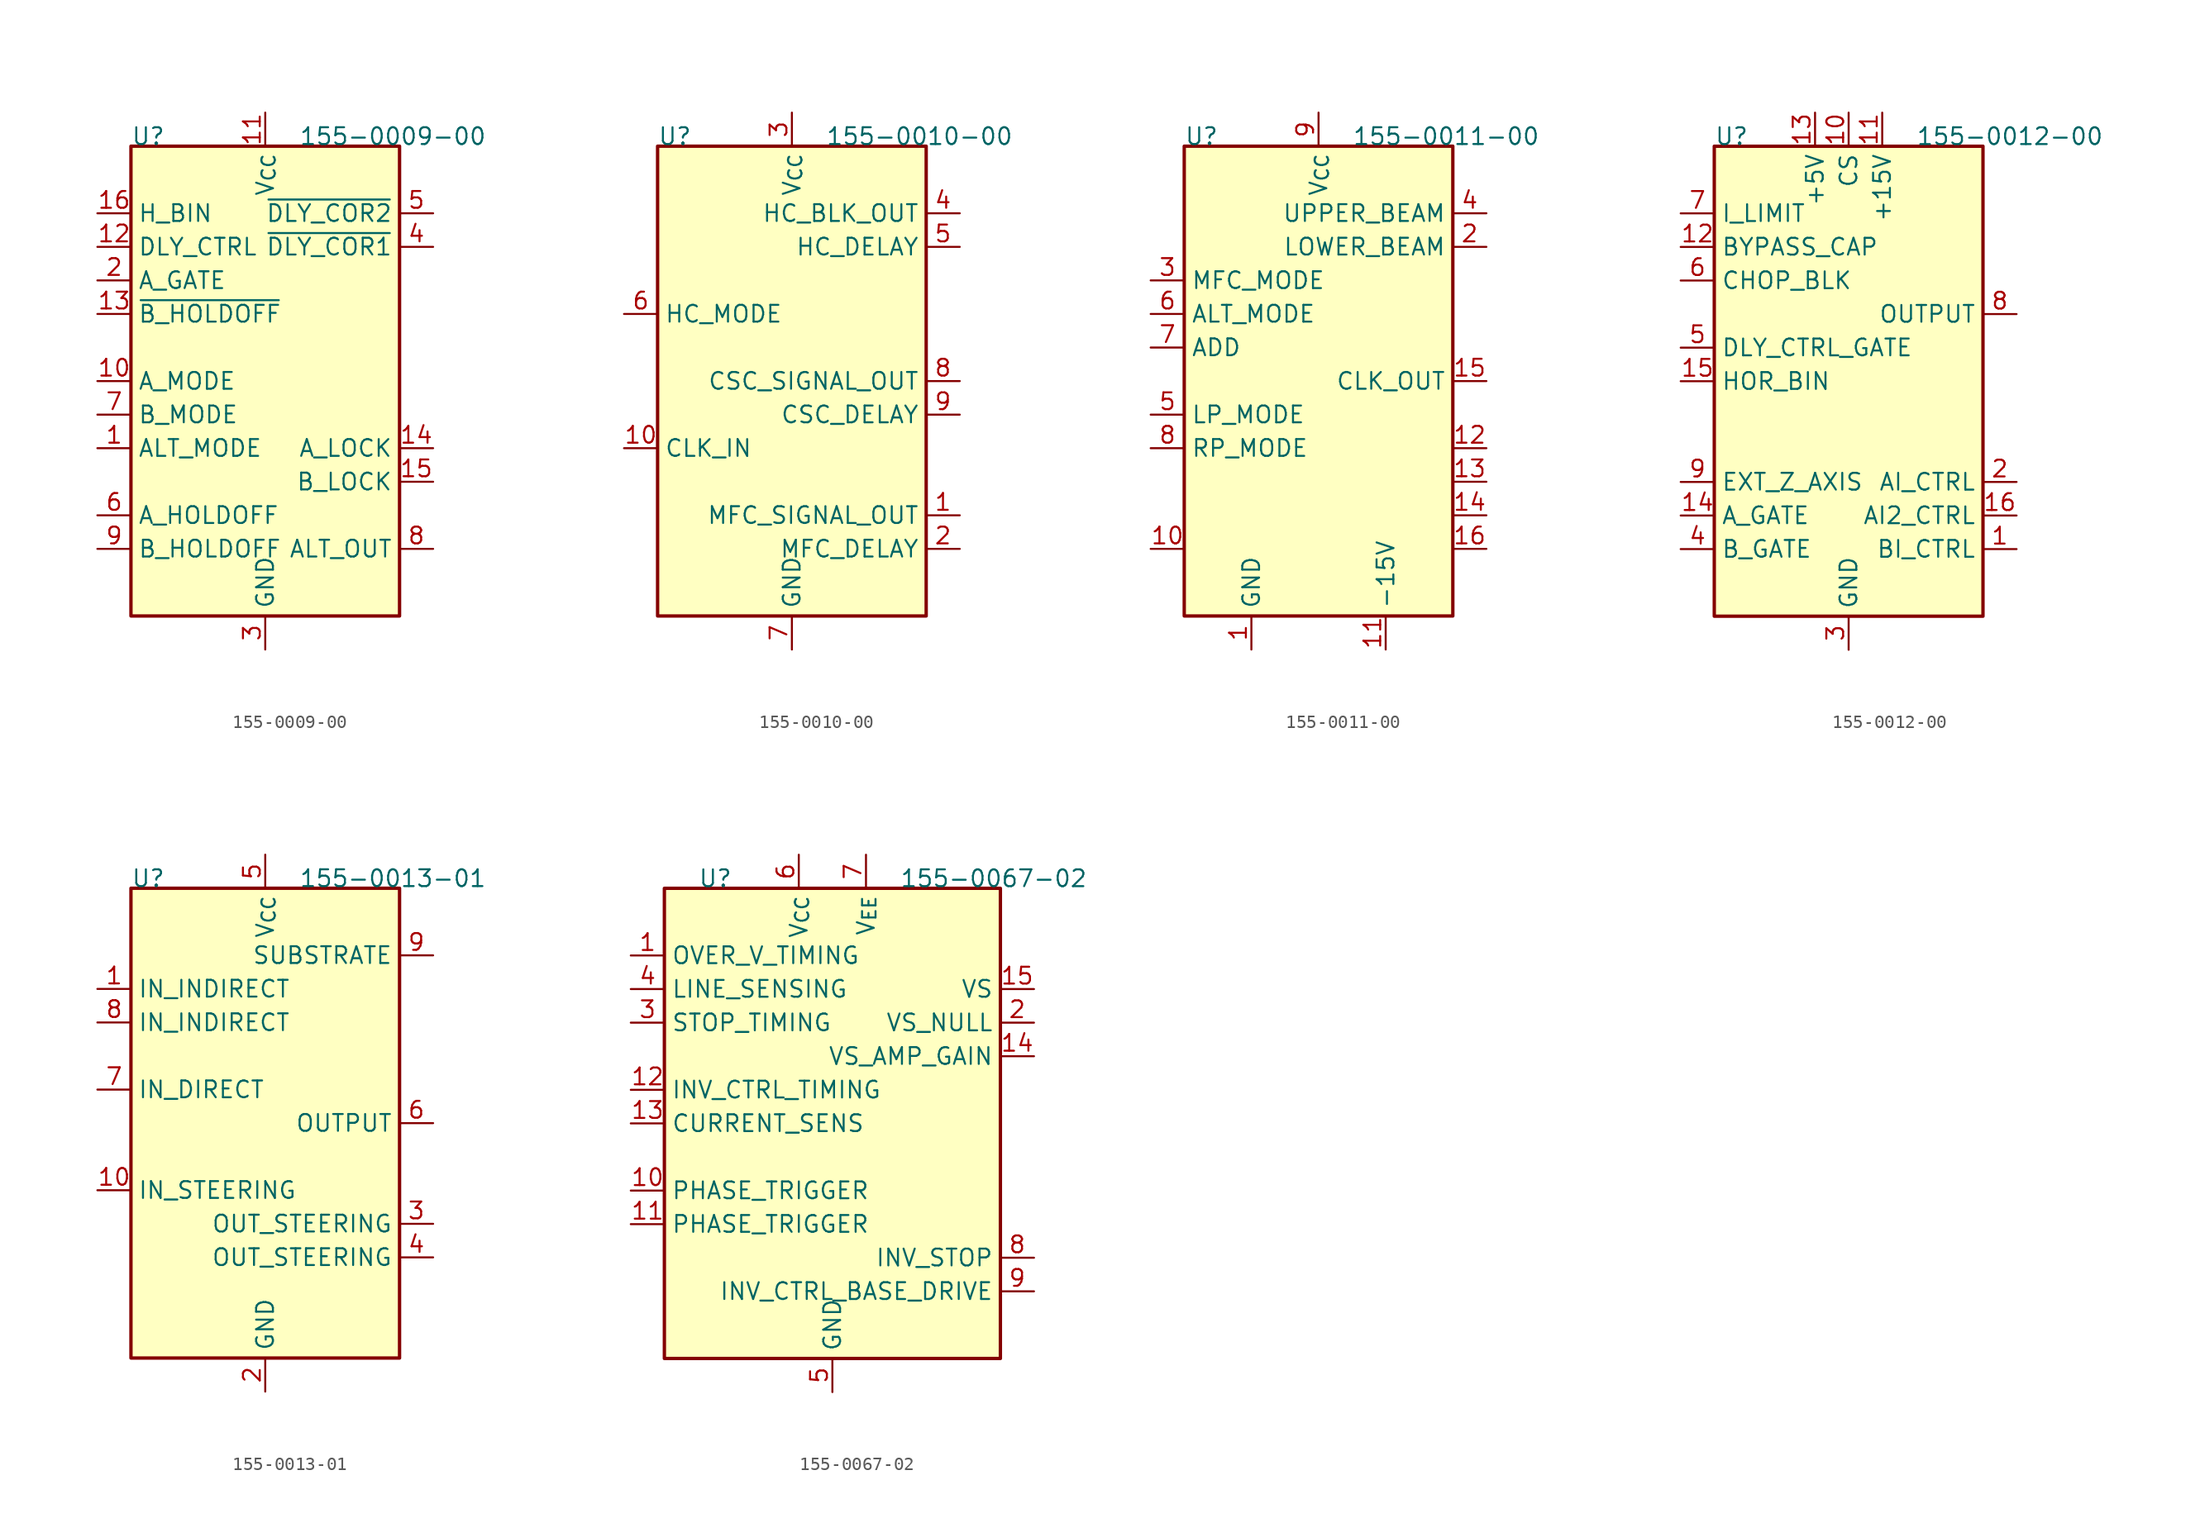
<source format=kicad_sym>
(kicad_symbol_lib
  (version 20220914)
  (generator kicad_symbol_editor)
  (symbol "155-0009-00"
    (property "Reference" "U"
      (at -10.16 17.78 0)
      (effects (font (size 1.27 1.27)) (justify left bottom)))
    (property "Value" "155-0009-00"
      (at 2.54 17.78 0)
      (effects (font (size 1.27 1.27)) (justify left bottom)))
    (symbol "155-0009-00_1_1"
      (rectangle (start -10.16 17.78) (end 10.16 -17.78) (stroke (width 0.254) (type default)) (fill (type background)))
      (pin input line (at -12.7 -5.08 0) (length 2.54) (name "ALT_MODE" (effects (font (size 1.27 1.27)))) (number "1" (effects (font (size 1.27 1.27)))))
      (pin input line (at -12.7 0 0) (length 2.54) (name "A_MODE" (effects (font (size 1.27 1.27)))) (number "10" (effects (font (size 1.27 1.27)))))
      (pin power_in line (at 0 20.32 270) (length 2.54) (name "V_{CC}" (effects (font (size 1.27 1.27)))) (number "11" (effects (font (size 1.27 1.27)))))
      (pin input line (at -12.7 10.16 0) (length 2.54) (name "DLY_CTRL" (effects (font (size 1.27 1.27)))) (number "12" (effects (font (size 1.27 1.27)))))
      (pin input line (at -12.7 5.08 0) (length 2.54) (name "~{B_HOLDOFF}" (effects (font (size 1.27 1.27)))) (number "13" (effects (font (size 1.27 1.27)))))
      (pin output line (at 12.7 -5.08 180) (length 2.54) (name "A_LOCK" (effects (font (size 1.27 1.27)))) (number "14" (effects (font (size 1.27 1.27)))))
      (pin output line (at 12.7 -7.62 180) (length 2.54) (name "B_LOCK" (effects (font (size 1.27 1.27)))) (number "15" (effects (font (size 1.27 1.27)))))
      (pin input line (at -12.7 12.7 0) (length 2.54) (name "H_BIN" (effects (font (size 1.27 1.27)))) (number "16" (effects (font (size 1.27 1.27)))))
      (pin input line (at -12.7 7.62 0) (length 2.54) (name "A_GATE" (effects (font (size 1.27 1.27)))) (number "2" (effects (font (size 1.27 1.27)))))
      (pin power_in line (at 0 -20.32 90) (length 2.54) (name "GND" (effects (font (size 1.27 1.27)))) (number "3" (effects (font (size 1.27 1.27)))))
      (pin input line (at 12.7 10.16 180) (length 2.54) (name "~{DLY_COR1}" (effects (font (size 1.27 1.27)))) (number "4" (effects (font (size 1.27 1.27)))))
      (pin input line (at 12.7 12.7 180) (length 2.54) (name "~{DLY_COR2}" (effects (font (size 1.27 1.27)))) (number "5" (effects (font (size 1.27 1.27)))))
      (pin input line (at -12.7 -10.16 0) (length 2.54) (name "A_HOLDOFF" (effects (font (size 1.27 1.27)))) (number "6" (effects (font (size 1.27 1.27)))))
      (pin input line (at -12.7 -2.54 0) (length 2.54) (name "B_MODE" (effects (font (size 1.27 1.27)))) (number "7" (effects (font (size 1.27 1.27)))))
      (pin output line (at 12.7 -12.7 180) (length 2.54) (name "ALT_OUT" (effects (font (size 1.27 1.27)))) (number "8" (effects (font (size 1.27 1.27)))))
      (pin input line (at -12.7 -12.7 0) (length 2.54) (name "B_HOLDOFF" (effects (font (size 1.27 1.27)))) (number "9" (effects (font (size 1.27 1.27)))))))
  (symbol "155-0010-00"
    (property "Reference" "U"
      (at -10.16 17.78 0)
      (effects (font (size 1.27 1.27)) (justify left bottom)))
    (property "Value" "155-0010-00"
      (at 2.54 17.78 0)
      (effects (font (size 1.27 1.27)) (justify left bottom)))
    (symbol "155-0010-00_1_1"
      (rectangle (start -10.16 17.78) (end 10.16 -17.78) (stroke (width 0.254) (type default)) (fill (type background)))
      (pin output line (at 12.7 -10.16 180) (length 2.54) (name "MFC_SIGNAL_OUT" (effects (font (size 1.27 1.27)))) (number "1" (effects (font (size 1.27 1.27)))))
      (pin input line (at -12.7 -5.08 0) (length 2.54) (name "CLK_IN" (effects (font (size 1.27 1.27)))) (number "10" (effects (font (size 1.27 1.27)))))
      (pin output line (at 12.7 -12.7 180) (length 2.54) (name "MFC_DELAY" (effects (font (size 1.27 1.27)))) (number "2" (effects (font (size 1.27 1.27)))))
      (pin power_in line (at 0 20.32 270) (length 2.54) (name "V_{CC}" (effects (font (size 1.27 1.27)))) (number "3" (effects (font (size 1.27 1.27)))))
      (pin output line (at 12.7 12.7 180) (length 2.54) (name "HC_BLK_OUT" (effects (font (size 1.27 1.27)))) (number "4" (effects (font (size 1.27 1.27)))))
      (pin output line (at 12.7 10.16 180) (length 2.54) (name "HC_DELAY" (effects (font (size 1.27 1.27)))) (number "5" (effects (font (size 1.27 1.27)))))
      (pin input line (at -12.7 5.08 0) (length 2.54) (name "HC_MODE" (effects (font (size 1.27 1.27)))) (number "6" (effects (font (size 1.27 1.27)))))
      (pin power_in line (at 0 -20.32 90) (length 2.54) (name "GND" (effects (font (size 1.27 1.27)))) (number "7" (effects (font (size 1.27 1.27)))))
      (pin output line (at 12.7 0 180) (length 2.54) (name "CSC_SIGNAL_OUT" (effects (font (size 1.27 1.27)))) (number "8" (effects (font (size 1.27 1.27)))))
      (pin output line (at 12.7 -2.54 180) (length 2.54) (name "CSC_DELAY" (effects (font (size 1.27 1.27)))) (number "9" (effects (font (size 1.27 1.27)))))))
  (symbol "155-0011-00"
    (property "Reference" "U"
      (at -10.16 17.78 0)
      (effects (font (size 1.27 1.27)) (justify left bottom)))
    (property "Value" "155-0011-00"
      (at 2.54 17.78 0)
      (effects (font (size 1.27 1.27)) (justify left bottom)))
    (symbol "155-0011-00_1_1"
      (rectangle (start -10.16 17.78) (end 10.16 -17.78) (stroke (width 0.254) (type default)) (fill (type background)))
      (pin power_in line (at -5.08 -20.32 90) (length 2.54) (name "GND" (effects (font (size 1.27 1.27)))) (number "1" (effects (font (size 1.27 1.27)))))
      (pin input line (at -12.7 -12.7 0) (length 2.54) (name "" (effects (font (size 1.27 1.27)))) (number "10" (effects (font (size 1.27 1.27)))))
      (pin power_in line (at 5.08 -20.32 90) (length 2.54) (name "-15V" (effects (font (size 1.27 1.27)))) (number "11" (effects (font (size 1.27 1.27)))))
      (pin output line (at 12.7 -5.08 180) (length 2.54) (name "" (effects (font (size 1.27 1.27)))) (number "12" (effects (font (size 1.27 1.27)))))
      (pin output line (at 12.7 -7.62 180) (length 2.54) (name "" (effects (font (size 1.27 1.27)))) (number "13" (effects (font (size 1.27 1.27)))))
      (pin output line (at 12.7 -10.16 180) (length 2.54) (name "" (effects (font (size 1.27 1.27)))) (number "14" (effects (font (size 1.27 1.27)))))
      (pin output line (at 12.7 0 180) (length 2.54) (name "CLK_OUT" (effects (font (size 1.27 1.27)))) (number "15" (effects (font (size 1.27 1.27)))))
      (pin output line (at 12.7 -12.7 180) (length 2.54) (name "" (effects (font (size 1.27 1.27)))) (number "16" (effects (font (size 1.27 1.27)))))
      (pin output line (at 12.7 10.16 180) (length 2.54) (name "LOWER_BEAM" (effects (font (size 1.27 1.27)))) (number "2" (effects (font (size 1.27 1.27)))))
      (pin input line (at -12.7 7.62 0) (length 2.54) (name "MFC_MODE" (effects (font (size 1.27 1.27)))) (number "3" (effects (font (size 1.27 1.27)))))
      (pin output line (at 12.7 12.7 180) (length 2.54) (name "UPPER_BEAM" (effects (font (size 1.27 1.27)))) (number "4" (effects (font (size 1.27 1.27)))))
      (pin input line (at -12.7 -2.54 0) (length 2.54) (name "LP_MODE" (effects (font (size 1.27 1.27)))) (number "5" (effects (font (size 1.27 1.27)))))
      (pin input line (at -12.7 5.08 0) (length 2.54) (name "ALT_MODE" (effects (font (size 1.27 1.27)))) (number "6" (effects (font (size 1.27 1.27)))))
      (pin input line (at -12.7 2.54 0) (length 2.54) (name "ADD" (effects (font (size 1.27 1.27)))) (number "7" (effects (font (size 1.27 1.27)))))
      (pin input line (at -12.7 -5.08 0) (length 2.54) (name "RP_MODE" (effects (font (size 1.27 1.27)))) (number "8" (effects (font (size 1.27 1.27)))))
      (pin power_in line (at 0 20.32 270) (length 2.54) (name "V_{CC}" (effects (font (size 1.27 1.27)))) (number "9" (effects (font (size 1.27 1.27)))))))
  (symbol "155-0012-00"
    (property "Reference" "U"
      (at -10.16 17.78 0)
      (effects (font (size 1.27 1.27)) (justify left bottom)))
    (property "Value" "155-0012-00"
      (at 5.08 17.78 0)
      (effects (font (size 1.27 1.27)) (justify left bottom)))
    (symbol "155-0012-00_1_1"
      (rectangle (start -10.16 17.78) (end 10.16 -17.78) (stroke (width 0.254) (type default)) (fill (type background)))
      (pin output line (at 12.7 -12.7 180) (length 2.54) (name "BI_CTRL" (effects (font (size 1.27 1.27)))) (number "1" (effects (font (size 1.27 1.27)))))
      (pin power_in line (at 0 20.32 270) (length 2.54) (name "CS" (effects (font (size 1.27 1.27)))) (number "10" (effects (font (size 1.27 1.27)))))
      (pin power_in line (at 2.54 20.32 270) (length 2.54) (name "+15V" (effects (font (size 1.27 1.27)))) (number "11" (effects (font (size 1.27 1.27)))))
      (pin input line (at -12.7 10.16 0) (length 2.54) (name "BYPASS_CAP" (effects (font (size 1.27 1.27)))) (number "12" (effects (font (size 1.27 1.27)))))
      (pin power_in line (at -2.54 20.32 270) (length 2.54) (name "+5V" (effects (font (size 1.27 1.27)))) (number "13" (effects (font (size 1.27 1.27)))))
      (pin input line (at -12.7 -10.16 0) (length 2.54) (name "A_GATE" (effects (font (size 1.27 1.27)))) (number "14" (effects (font (size 1.27 1.27)))))
      (pin input line (at -12.7 0 0) (length 2.54) (name "HOR_BIN" (effects (font (size 1.27 1.27)))) (number "15" (effects (font (size 1.27 1.27)))))
      (pin output line (at 12.7 -10.16 180) (length 2.54) (name "AI2_CTRL" (effects (font (size 1.27 1.27)))) (number "16" (effects (font (size 1.27 1.27)))))
      (pin output line (at 12.7 -7.62 180) (length 2.54) (name "AI_CTRL" (effects (font (size 1.27 1.27)))) (number "2" (effects (font (size 1.27 1.27)))))
      (pin power_in line (at 0 -20.32 90) (length 2.54) (name "GND" (effects (font (size 1.27 1.27)))) (number "3" (effects (font (size 1.27 1.27)))))
      (pin input line (at -12.7 -12.7 0) (length 2.54) (name "B_GATE" (effects (font (size 1.27 1.27)))) (number "4" (effects (font (size 1.27 1.27)))))
      (pin input line (at -12.7 2.54 0) (length 2.54) (name "DLY_CTRL_GATE" (effects (font (size 1.27 1.27)))) (number "5" (effects (font (size 1.27 1.27)))))
      (pin input line (at -12.7 7.62 0) (length 2.54) (name "CHOP_BLK" (effects (font (size 1.27 1.27)))) (number "6" (effects (font (size 1.27 1.27)))))
      (pin input line (at -12.7 12.7 0) (length 2.54) (name "I_LIMIT" (effects (font (size 1.27 1.27)))) (number "7" (effects (font (size 1.27 1.27)))))
      (pin output line (at 12.7 5.08 180) (length 2.54) (name "OUTPUT" (effects (font (size 1.27 1.27)))) (number "8" (effects (font (size 1.27 1.27)))))
      (pin input line (at -12.7 -7.62 0) (length 2.54) (name "EXT_Z_AXIS" (effects (font (size 1.27 1.27)))) (number "9" (effects (font (size 1.27 1.27)))))))
  (symbol "155-0013-01"
    (property "Reference" "U"
      (at -10.16 17.78 0)
      (effects (font (size 1.27 1.27)) (justify left bottom)))
    (property "Value" "155-0013-01"
      (at 2.54 17.78 0)
      (effects (font (size 1.27 1.27)) (justify left bottom)))
    (symbol "155-0013-01_1_1"
      (rectangle (start -10.16 17.78) (end 10.16 -17.78) (stroke (width 0.254) (type default)) (fill (type background)))
      (pin input line (at -12.7 10.16 0) (length 2.54) (name "IN_INDIRECT" (effects (font (size 1.27 1.27)))) (number "1" (effects (font (size 1.27 1.27)))))
      (pin input line (at -12.7 -5.08 0) (length 2.54) (name "IN_STEERING" (effects (font (size 1.27 1.27)))) (number "10" (effects (font (size 1.27 1.27)))))
      (pin power_in line (at 0 -20.32 90) (length 2.54) (name "GND" (effects (font (size 1.27 1.27)))) (number "2" (effects (font (size 1.27 1.27)))))
      (pin output line (at 12.7 -7.62 180) (length 2.54) (name "OUT_STEERING" (effects (font (size 1.27 1.27)))) (number "3" (effects (font (size 1.27 1.27)))))
      (pin output line (at 12.7 -10.16 180) (length 2.54) (name "OUT_STEERING" (effects (font (size 1.27 1.27)))) (number "4" (effects (font (size 1.27 1.27)))))
      (pin power_in line (at 0 20.32 270) (length 2.54) (name "V_{CC}" (effects (font (size 1.27 1.27)))) (number "5" (effects (font (size 1.27 1.27)))))
      (pin output line (at 12.7 0 180) (length 2.54) (name "OUTPUT" (effects (font (size 1.27 1.27)))) (number "6" (effects (font (size 1.27 1.27)))))
      (pin input line (at -12.7 2.54 0) (length 2.54) (name "IN_DIRECT" (effects (font (size 1.27 1.27)))) (number "7" (effects (font (size 1.27 1.27)))))
      (pin input line (at -12.7 7.62 0) (length 2.54) (name "IN_INDIRECT" (effects (font (size 1.27 1.27)))) (number "8" (effects (font (size 1.27 1.27)))))
      (pin passive line (at 12.7 12.7 180) (length 2.54) (name "SUBSTRATE" (effects (font (size 1.27 1.27)))) (number "9" (effects (font (size 1.27 1.27)))))))
  (symbol "155-0067-02"
    (property "Reference" "U"
      (at -10.16 17.78 0)
      (effects (font (size 1.27 1.27)) (justify left bottom)))
    (property "Value" "155-0067-02"
      (at 5.08 17.78 0)
      (effects (font (size 1.27 1.27)) (justify left bottom)))
    (symbol "155-0067-02_1_1"
      (rectangle (start -12.7 17.78) (end 12.7 -17.78) (stroke (width 0.254) (type default)) (fill (type background)))
      (pin input line (at -15.24 12.7 0) (length 2.54) (name "OVER_V_TIMING" (effects (font (size 1.27 1.27)))) (number "1" (effects (font (size 1.27 1.27)))))
      (pin input line (at -15.24 -5.08 0) (length 2.54) (name "PHASE_TRIGGER" (effects (font (size 1.27 1.27)))) (number "10" (effects (font (size 1.27 1.27)))))
      (pin input line (at -15.24 -7.62 0) (length 2.54) (name "PHASE_TRIGGER" (effects (font (size 1.27 1.27)))) (number "11" (effects (font (size 1.27 1.27)))))
      (pin input line (at -15.24 2.54 0) (length 2.54) (name "INV_CTRL_TIMING" (effects (font (size 1.27 1.27)))) (number "12" (effects (font (size 1.27 1.27)))))
      (pin input line (at -15.24 0 0) (length 2.54) (name "CURRENT_SENS" (effects (font (size 1.27 1.27)))) (number "13" (effects (font (size 1.27 1.27)))))
      (pin input line (at 15.24 5.08 180) (length 2.54) (name "VS_AMP_GAIN" (effects (font (size 1.27 1.27)))) (number "14" (effects (font (size 1.27 1.27)))))
      (pin input line (at 15.24 10.16 180) (length 2.54) (name "VS" (effects (font (size 1.27 1.27)))) (number "15" (effects (font (size 1.27 1.27)))))
      (pin passive line (at 0 -20.32 90) (length 2.54) hide (name "GND" (effects (font (size 1.27 1.27)))) (number "16" (effects (font (size 1.27 1.27)))))
      (pin input line (at 15.24 7.62 180) (length 2.54) (name "VS_NULL" (effects (font (size 1.27 1.27)))) (number "2" (effects (font (size 1.27 1.27)))))
      (pin input line (at -15.24 7.62 0) (length 2.54) (name "STOP_TIMING" (effects (font (size 1.27 1.27)))) (number "3" (effects (font (size 1.27 1.27)))))
      (pin input line (at -15.24 10.16 0) (length 2.54) (name "LINE_SENSING" (effects (font (size 1.27 1.27)))) (number "4" (effects (font (size 1.27 1.27)))))
      (pin power_in line (at 0 -20.32 90) (length 2.54) (name "GND" (effects (font (size 1.27 1.27)))) (number "5" (effects (font (size 1.27 1.27)))))
      (pin power_in line (at -2.54 20.32 270) (length 2.54) (name "V_{CC}" (effects (font (size 1.27 1.27)))) (number "6" (effects (font (size 1.27 1.27)))))
      (pin power_in line (at 2.54 20.32 270) (length 2.54) (name "V_{EE}" (effects (font (size 1.27 1.27)))) (number "7" (effects (font (size 1.27 1.27)))))
      (pin output line (at 15.24 -10.16 180) (length 2.54) (name "INV_STOP" (effects (font (size 1.27 1.27)))) (number "8" (effects (font (size 1.27 1.27)))))
      (pin output line (at 15.24 -12.7 180) (length 2.54) (name "INV_CTRL_BASE_DRIVE" (effects (font (size 1.27 1.27)))) (number "9" (effects (font (size 1.27 1.27))))))))
</source>
